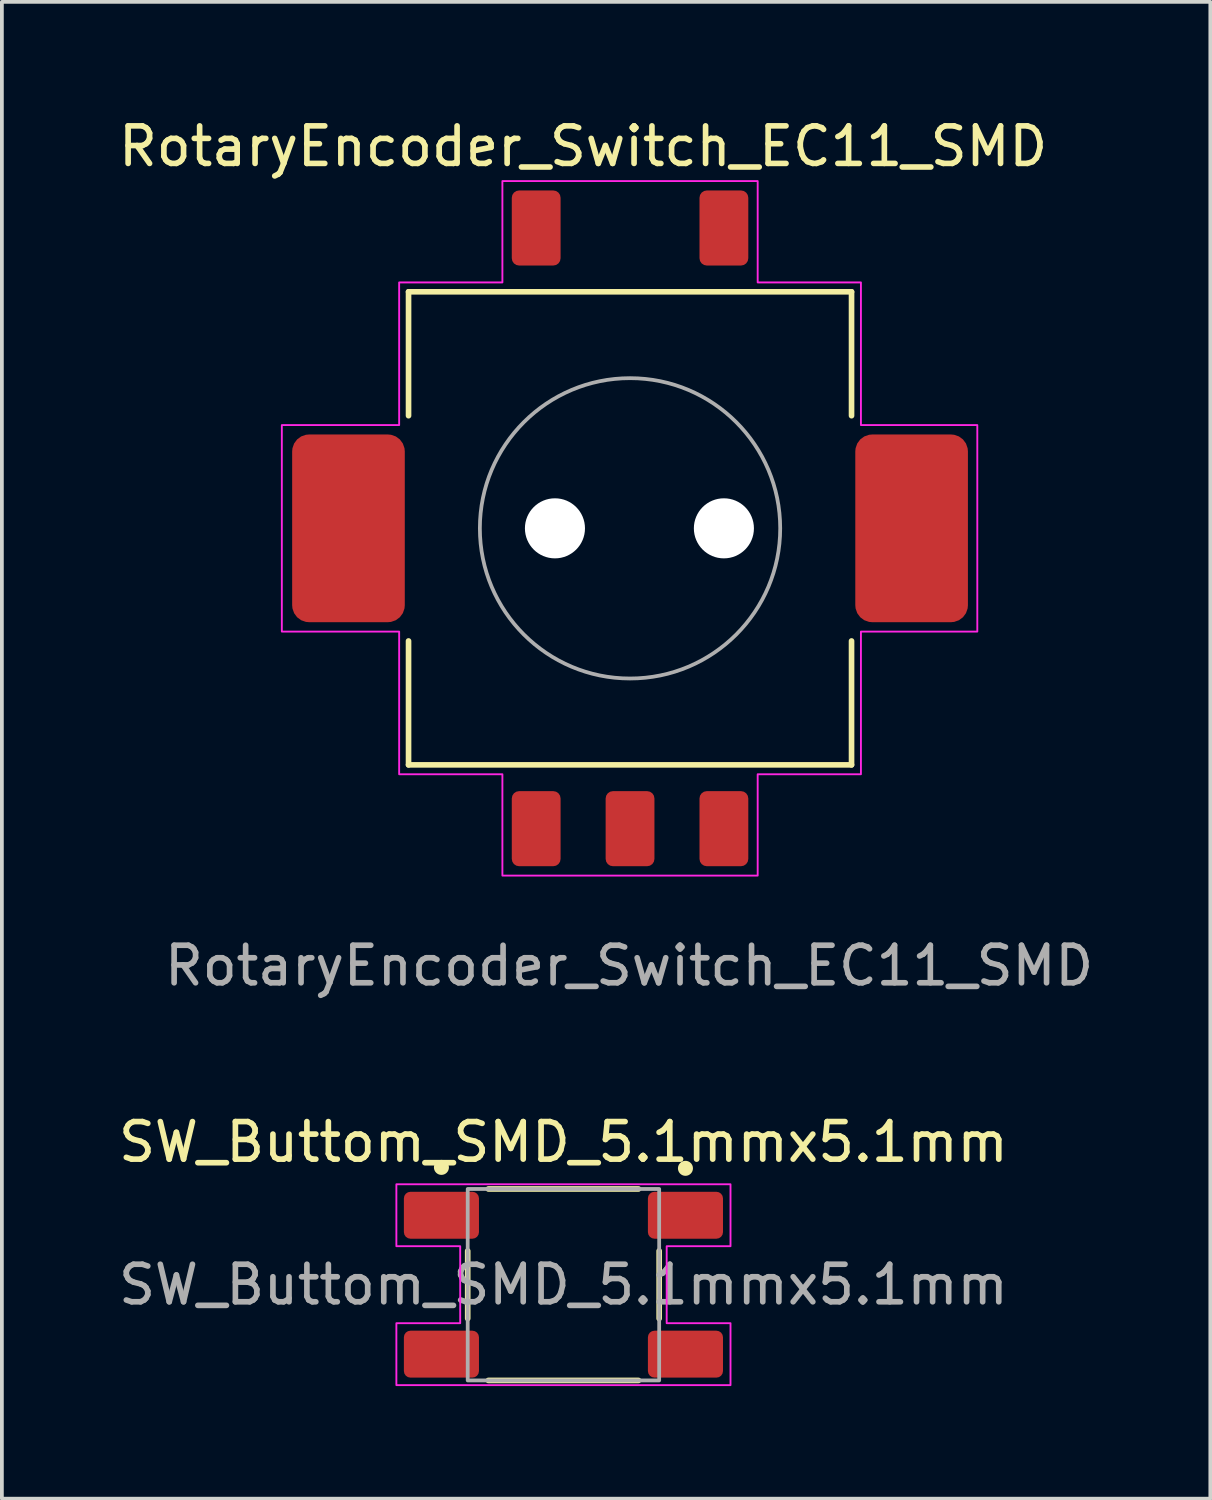
<source format=kicad_pcb>
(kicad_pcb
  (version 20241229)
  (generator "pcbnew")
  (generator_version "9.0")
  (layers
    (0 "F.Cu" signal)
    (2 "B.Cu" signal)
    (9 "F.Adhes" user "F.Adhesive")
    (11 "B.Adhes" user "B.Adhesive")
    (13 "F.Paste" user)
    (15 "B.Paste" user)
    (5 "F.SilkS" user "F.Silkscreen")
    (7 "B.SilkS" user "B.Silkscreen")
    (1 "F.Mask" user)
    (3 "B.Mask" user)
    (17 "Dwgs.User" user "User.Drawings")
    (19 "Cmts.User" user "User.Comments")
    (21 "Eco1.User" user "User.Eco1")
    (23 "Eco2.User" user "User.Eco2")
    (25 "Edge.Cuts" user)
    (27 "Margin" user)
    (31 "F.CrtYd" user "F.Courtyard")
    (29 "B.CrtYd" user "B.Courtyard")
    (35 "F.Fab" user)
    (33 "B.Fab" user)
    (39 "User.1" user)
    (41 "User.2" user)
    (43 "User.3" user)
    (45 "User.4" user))
  (footprint "RotaryEncoder_Switch_EC11_SMD"
    (layer "F.Cu")
    (at 13.732 11.023)
    (property "Reference" "RotaryEncoder_Switch_EC11_SMD" (at -1.25 -10.175 0) (unlocked yes) (layer "F.SilkS") (effects (font (size 1 1) (thickness 0.15))))
    (attr smd)
    (fp_line (start -5.9 -6.3) (end 5.9 -6.3) (stroke (width 0.15) (type default)) (layer "F.SilkS"))
    (fp_line (start -5.9 -3) (end -5.9 -6.3) (stroke (width 0.15) (type default)) (layer "F.SilkS"))
    (fp_line (start -5.9 6.3) (end -5.9 3) (stroke (width 0.15) (type default)) (layer "F.SilkS"))
    (fp_line (start 5.9 -6.3) (end 5.9 -3) (stroke (width 0.15) (type default)) (layer "F.SilkS"))
    (fp_line (start 5.9 3) (end 5.9 6.3) (stroke (width 0.15) (type default)) (layer "F.SilkS"))
    (fp_line (start 5.9 6.3) (end -5.9 6.3) (stroke (width 0.15) (type default)) (layer "F.SilkS"))
    (fp_poly (pts (xy 6.15 -6.55) (xy 6.15 -2.75) (xy 9.25 -2.75) (xy 9.25 2.75) (xy 6.15 2.75) (xy 6.15 6.55) (xy 3.4 6.55) (xy 3.4 9.25) (xy -3.4 9.25) (xy -3.4 6.55) (xy -6.15 6.55) (xy -6.15 2.75) (xy -9.275 2.75) (xy -9.275 -2.75) (xy -6.15 -2.75) (xy -6.15 -6.55) (xy -3.4 -6.55) (xy -3.4 -9.25) (xy 3.4 -9.25) (xy 3.4 -6.55)) (stroke (width 0.05) (type solid)) (fill no) (layer "F.CrtYd"))
    (fp_circle (center 0 0) (end 4 0) (stroke (width 0.1) (type default)) (fill no) (layer "F.Fab"))
    (fp_text user "${REFERENCE}" (at -0.025 11.65 0) (unlocked yes) (layer "F.Fab") (effects (font (size 1 1) (thickness 0.15))))
    (pad "" smd roundrect (at -7.5 0) (size 3 5) (layers "F.Cu" "F.Mask" "F.Paste") (roundrect_rratio 0.15))
    (pad "" np_thru_hole circle (at -2 0) (size 1.6 1.6) (drill 1.6) (layers "*.Cu" "F.Mask" "F.Paste"))
    (pad "" np_thru_hole circle (at 2.5 0) (size 1.6 1.6) (drill 1.6) (layers "*.Cu" "F.Mask" "F.Paste"))
    (pad "" smd roundrect (at 7.5 0) (size 3 5) (layers "F.Cu" "F.Mask" "F.Paste") (roundrect_rratio 0.15))
    (pad "A" smd roundrect (at -2.5 8) (size 1.3 2) (layers "F.Cu" "F.Mask" "F.Paste") (roundrect_rratio 0.15))
    (pad "B" smd roundrect (at 2.5 8) (size 1.3 2) (layers "F.Cu" "F.Mask" "F.Paste") (roundrect_rratio 0.15))
    (pad "C" smd roundrect (at 0 8) (size 1.3 2) (layers "F.Cu" "F.Mask" "F.Paste") (roundrect_rratio 0.15))
    (pad "S1" smd roundrect (at -2.5 -8) (size 1.3 2) (layers "F.Cu" "F.Mask" "F.Paste") (roundrect_rratio 0.15))
    (pad "S2" smd roundrect (at 2.5 -8) (size 1.3 2) (layers "F.Cu" "F.Mask" "F.Paste") (roundrect_rratio 0.15)))
  (footprint "SW_Buttom_SMD_5.1mmx5.1mm"
    (layer "F.Cu")
    (at 11.958 31.17)
    (property "Reference" "SW_Buttom_SMD_5.1mmx5.1mm" (at 0 -3.8 0) (unlocked yes) (layer "F.SilkS") (effects (font (size 1 1) (thickness 0.15))))
    (attr smd)
    (fp_line (start -2.55 -0.9) (end -2.55 0.9) (stroke (width 0.15) (type default)) (layer "F.SilkS"))
    (fp_line (start -2 -2.55) (end 2 -2.55) (stroke (width 0.15) (type default)) (layer "F.SilkS"))
    (fp_line (start -2 2.55) (end 2 2.55) (stroke (width 0.15) (type default)) (layer "F.SilkS"))
    (fp_line (start 2.55 -0.9) (end 2.55 0.9) (stroke (width 0.15) (type default)) (layer "F.SilkS"))
    (fp_circle (center -3.25 -3.125) (end -3.1 -3.125) (stroke (width 0.1) (type default)) (fill yes) (layer "F.SilkS"))
    (fp_circle (center 3.25 -3.1) (end 3.4 -3.1) (stroke (width 0.1) (type default)) (fill yes) (layer "F.SilkS"))
    (fp_poly (pts (xy 4.45 -2.675) (xy 4.45 -1.025) (xy 2.75 -1.025) (xy 2.75 1.025) (xy 4.45 1.025) (xy 4.45 2.675) (xy -4.45 2.675) (xy -4.45 1.025) (xy -2.75 1.025) (xy -2.75 -1.025) (xy -4.45 -1.025) (xy -4.45 -2.675)) (stroke (width 0.05) (type solid)) (fill no) (layer "F.CrtYd"))
    (fp_rect (start -2.55 -2.55) (end 2.55 2.55) (stroke (width 0.1) (type default)) (fill no) (layer "F.Fab"))
    (fp_text user "${REFERENCE}" (at 0 0 0) (unlocked yes) (layer "F.Fab") (effects (font (size 1 1) (thickness 0.15))))
    (pad "1" smd roundrect (at -3.25 -1.85) (size 2 1.25) (layers "F.Cu" "F.Mask" "F.Paste") (roundrect_rratio 0.14))
    (pad "2" smd roundrect (at 3.25 -1.85) (size 2 1.25) (layers "F.Cu" "F.Mask" "F.Paste") (roundrect_rratio 0.14))
    (pad "3" smd roundrect (at -3.25 1.85) (size 2 1.25) (layers "F.Cu" "F.Mask" "F.Paste") (roundrect_rratio 0.14))
    (pad "4" smd roundrect (at 3.25 1.85) (size 2 1.25) (layers "F.Cu" "F.Mask" "F.Paste") (roundrect_rratio 0.14)))
  (gr_rect
    (start -3 -3)
    (end 29.189 36.87)
    (stroke (width 0.1) (type default))
    (fill no)
    (layer "Edge.Cuts")))
</source>
